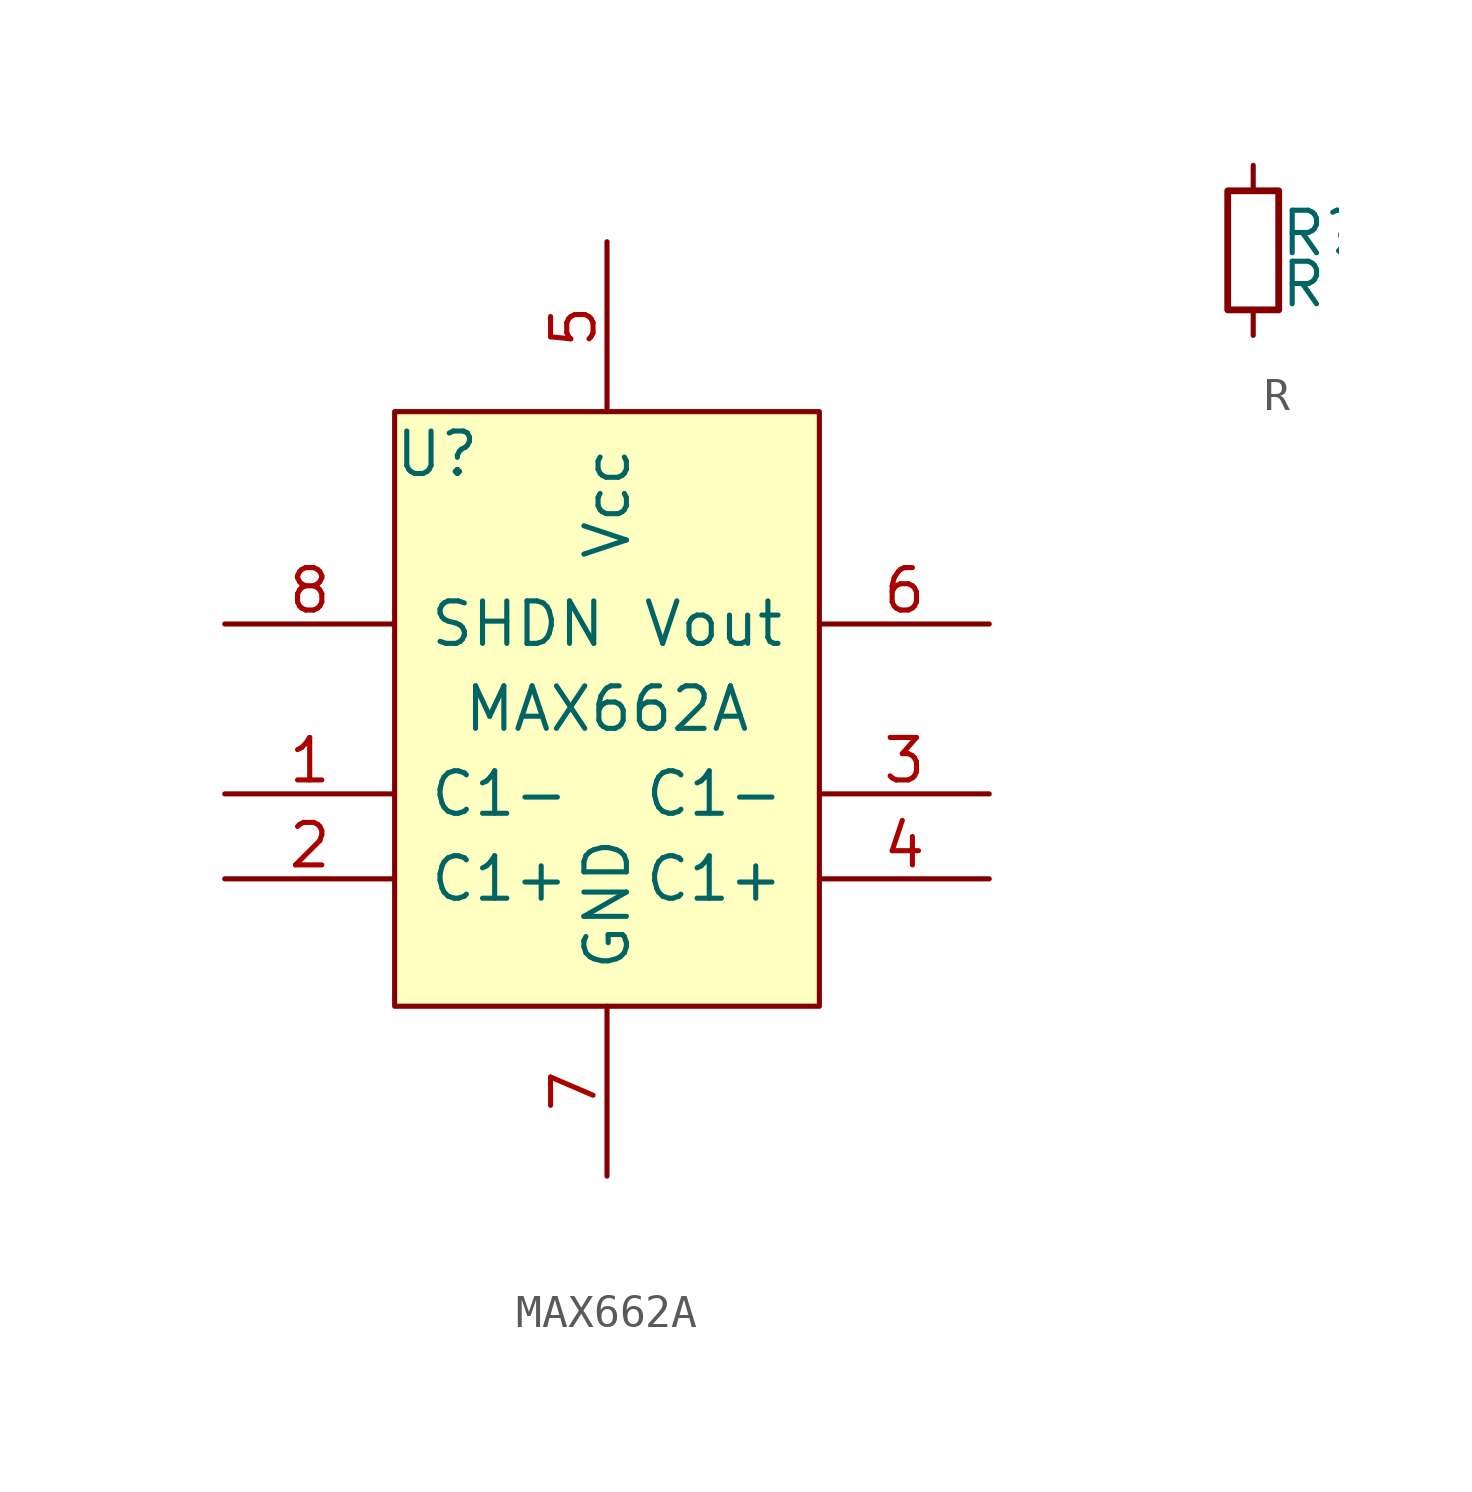
<source format=kicad_sym>
(kicad_symbol_lib
  (version 20231120)
  (generator "kicad_symbol_editor")
  (generator_version "8.0")
  (symbol "MAX662A"
    (pin_names
      (offset 1.016))
    (property "Reference" "U"
      (at -5.08 11.43 0)
      (effects (font (size 1.27 1.27))))
    (property "Value" "MAX662A"
      (at 0 3.81 0)
      (effects (font (size 1.27 1.27))))
    (symbol "MAX662A_0_1"
      (rectangle (start 6.35 12.7) (end -6.35 -5.08) (stroke (width 0) (type solid)) (fill (type background))))
    (symbol "MAX662A_1_1"
      (pin passive line (at -11.43 1.27 0) (length 5.08) (name "C1-" (effects (font (size 1.27 1.27)))) (number "1" (effects (font (size 1.27 1.27)))))
      (pin passive line (at -11.43 -1.27 0) (length 5.08) (name "C1+" (effects (font (size 1.27 1.27)))) (number "2" (effects (font (size 1.27 1.27)))))
      (pin passive line (at 11.43 1.27 180) (length 5.08) (name "C1-" (effects (font (size 1.27 1.27)))) (number "3" (effects (font (size 1.27 1.27)))))
      (pin passive line (at 11.43 -1.27 180) (length 5.08) (name "C1+" (effects (font (size 1.27 1.27)))) (number "4" (effects (font (size 1.27 1.27)))))
      (pin power_in line (at 0 17.78 270) (length 5.08) (name "Vcc" (effects (font (size 1.27 1.27)))) (number "5" (effects (font (size 1.27 1.27)))))
      (pin power_out line (at 11.43 6.35 180) (length 5.08) (name "Vout" (effects (font (size 1.27 1.27)))) (number "6" (effects (font (size 1.27 1.27)))))
      (pin power_in line (at 0 -10.16 90) (length 5.08) (name "GND" (effects (font (size 1.27 1.27)))) (number "7" (effects (font (size 1.27 1.27)))))
      (pin input line (at -11.43 6.35 0) (length 5.08) (name "SHDN" (effects (font (size 1.27 1.27)))) (number "8" (effects (font (size 1.27 1.27)))))))
  (symbol "R"
    (pin_numbers hide)
    (pin_names
      (offset 0.254) hide)
    (property "Reference" "R"
      (at 0.762 0.508 0)
      (effects (font (size 1.27 1.27)) (justify left)))
    (property "Value" "R"
      (at 0.762 -1.016 0)
      (effects (font (size 1.27 1.27)) (justify left)))
    (symbol "R_0_1"
      (rectangle (start -0.762 1.778) (end 0.762 -1.778) (stroke (width 0.203) (type default)) (fill (type none))))
    (symbol "R_1_1"
      (pin passive line (at 0 2.54 270) (length 0.762) (name "~" (effects (font (size 1.27 1.27)))) (number "1" (effects (font (size 1.27 1.27)))))
      (pin passive line (at 0 -2.54 90) (length 0.762) (name "~" (effects (font (size 1.27 1.27)))) (number "2" (effects (font (size 1.27 1.27))))))))
</source>
